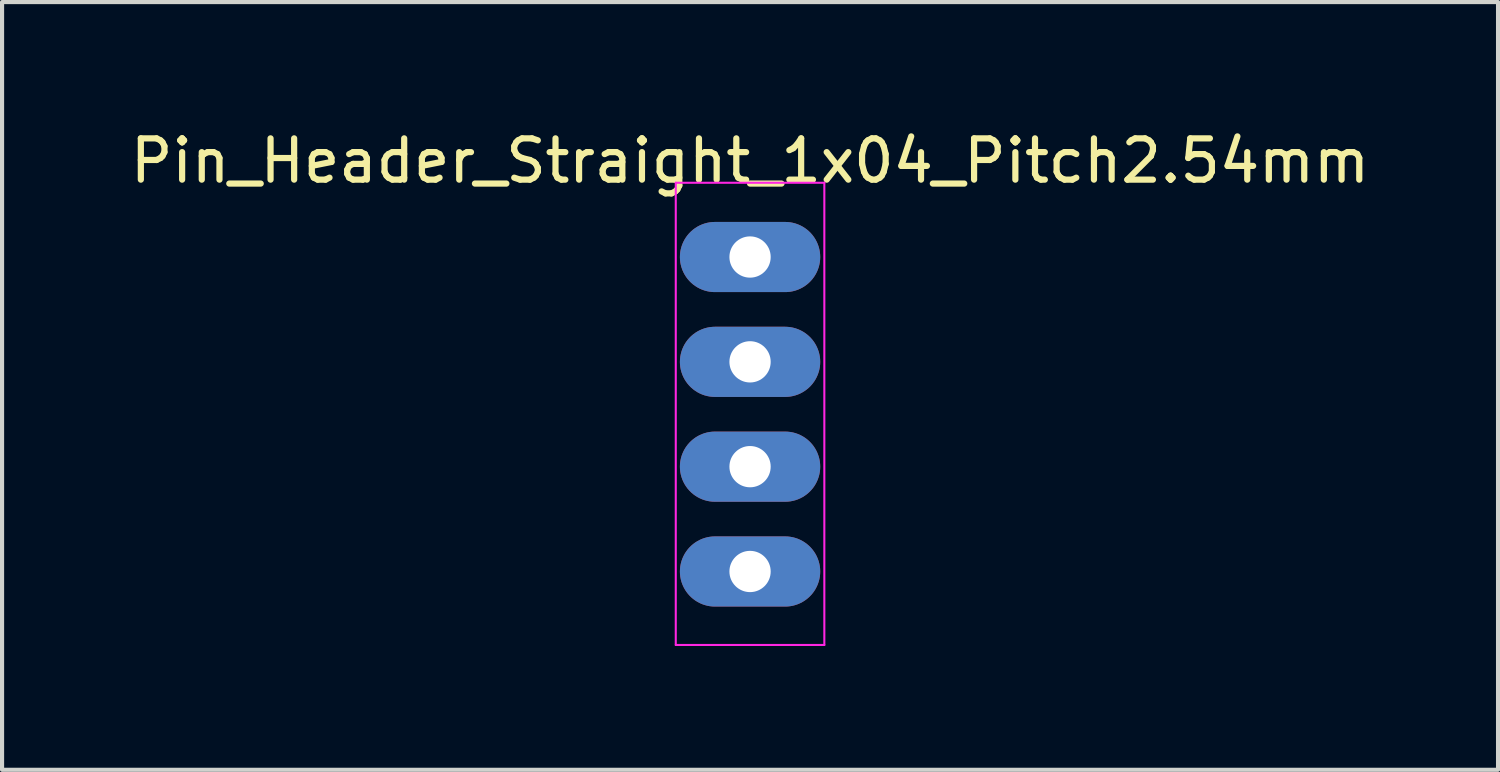
<source format=kicad_pcb>
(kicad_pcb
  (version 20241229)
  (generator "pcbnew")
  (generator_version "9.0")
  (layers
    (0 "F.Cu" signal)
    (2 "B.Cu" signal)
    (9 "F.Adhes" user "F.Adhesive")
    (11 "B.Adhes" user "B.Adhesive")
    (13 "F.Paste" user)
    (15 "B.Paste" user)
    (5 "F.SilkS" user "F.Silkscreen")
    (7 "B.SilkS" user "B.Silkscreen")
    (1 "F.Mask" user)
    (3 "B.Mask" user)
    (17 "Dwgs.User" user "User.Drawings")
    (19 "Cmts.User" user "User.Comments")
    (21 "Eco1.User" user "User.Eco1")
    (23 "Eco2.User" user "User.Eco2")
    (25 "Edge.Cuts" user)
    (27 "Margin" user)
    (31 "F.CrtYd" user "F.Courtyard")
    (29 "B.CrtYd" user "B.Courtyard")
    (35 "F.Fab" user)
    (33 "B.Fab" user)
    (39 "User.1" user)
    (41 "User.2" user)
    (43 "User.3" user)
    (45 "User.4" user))
  (footprint "Pin_Header_Straight_1x04_Pitch2.54mm"
    (layer "F.Cu")
    (at 15.125 3.178)
    (property "Reference" "Pin_Header_Straight_1x04_Pitch2.54mm" (at 0 -2.33 0) (layer "F.SilkS") (effects (font (size 1 1) (thickness 0.15))))
    (attr through_hole)
    (fp_line (start -1.8 -1.8) (end -1.8 9.4) (stroke (width 0.05) (type solid)) (layer "F.CrtYd"))
    (fp_line (start -1.8 9.4) (end 1.8 9.4) (stroke (width 0.05) (type solid)) (layer "F.CrtYd"))
    (fp_line (start 1.8 -1.8) (end -1.8 -1.8) (stroke (width 0.05) (type solid)) (layer "F.CrtYd"))
    (fp_line (start 1.8 9.4) (end 1.8 -1.8) (stroke (width 0.05) (type solid)) (layer "F.CrtYd"))
    (pad "1" thru_hole oval (at 0 0) (size 3.4 1.7) (drill 1) (layers "*.Cu" "*.Mask"))
    (pad "2" thru_hole oval (at 0 2.54) (size 3.4 1.7) (drill 1) (layers "*.Cu" "*.Mask"))
    (pad "3" thru_hole oval (at 0 5.08) (size 3.4 1.7) (drill 1) (layers "*.Cu" "*.Mask"))
    (pad "4" thru_hole oval (at 0 7.62) (size 3.4 1.7) (drill 1) (layers "*.Cu" "*.Mask")))
  (gr_rect
    (start -3 -3)
    (end 33.25 15.603)
    (stroke (width 0.1) (type default))
    (fill no)
    (layer "Edge.Cuts")))
</source>
